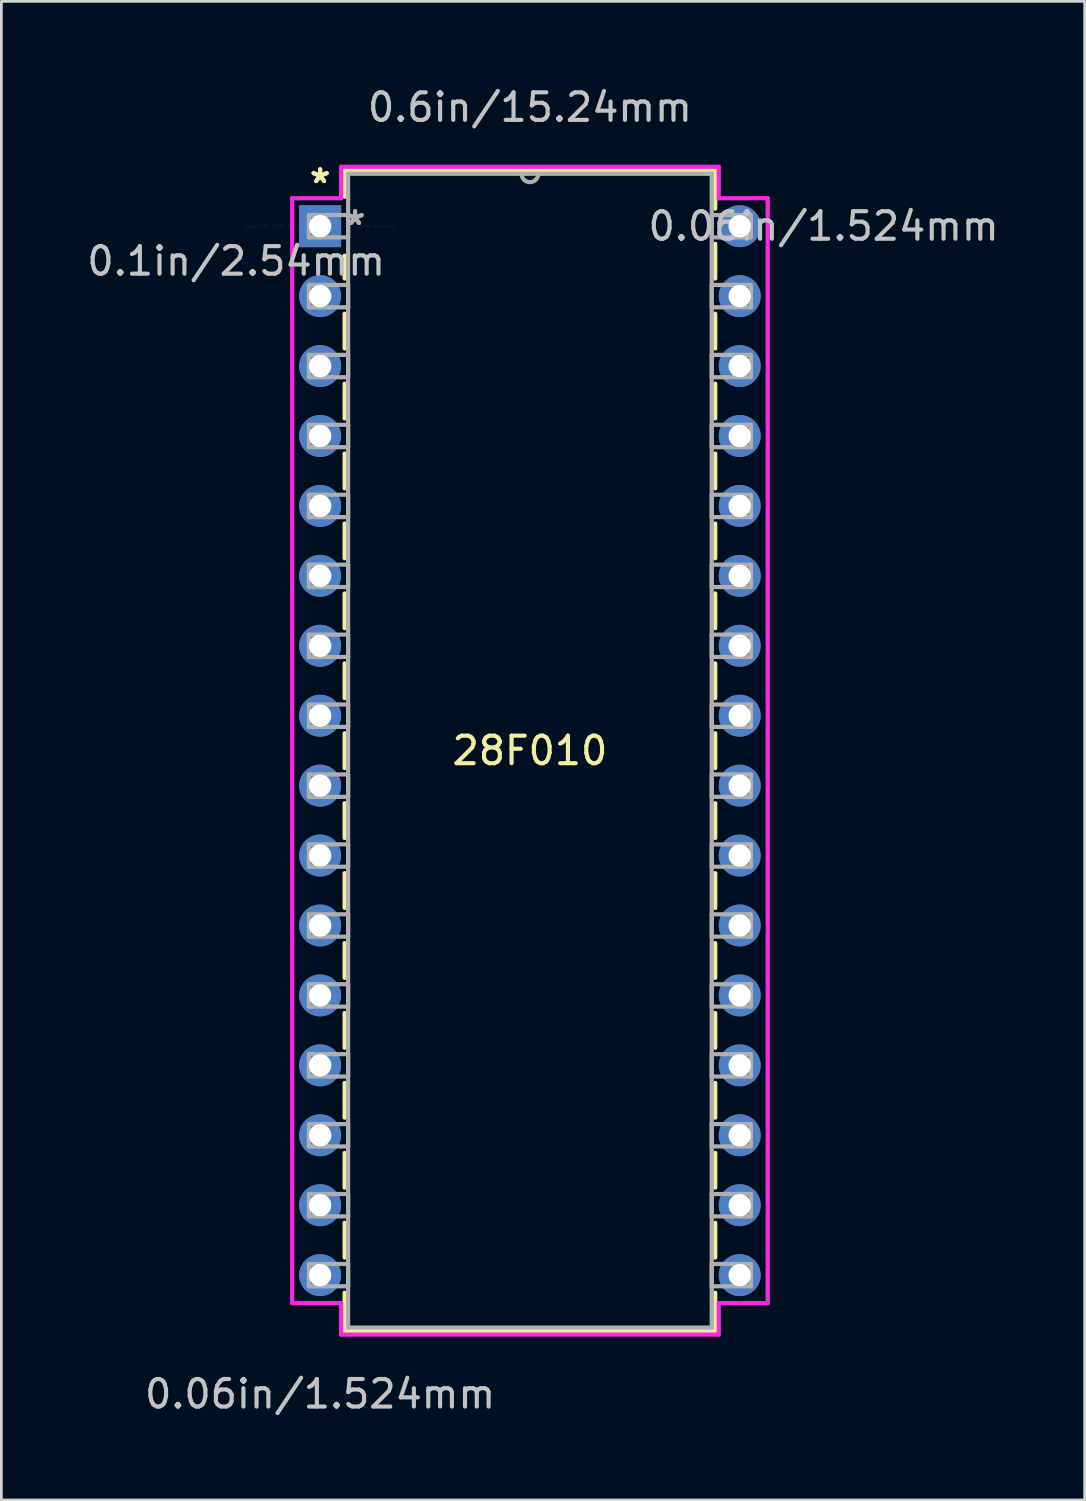
<source format=kicad_pcb>
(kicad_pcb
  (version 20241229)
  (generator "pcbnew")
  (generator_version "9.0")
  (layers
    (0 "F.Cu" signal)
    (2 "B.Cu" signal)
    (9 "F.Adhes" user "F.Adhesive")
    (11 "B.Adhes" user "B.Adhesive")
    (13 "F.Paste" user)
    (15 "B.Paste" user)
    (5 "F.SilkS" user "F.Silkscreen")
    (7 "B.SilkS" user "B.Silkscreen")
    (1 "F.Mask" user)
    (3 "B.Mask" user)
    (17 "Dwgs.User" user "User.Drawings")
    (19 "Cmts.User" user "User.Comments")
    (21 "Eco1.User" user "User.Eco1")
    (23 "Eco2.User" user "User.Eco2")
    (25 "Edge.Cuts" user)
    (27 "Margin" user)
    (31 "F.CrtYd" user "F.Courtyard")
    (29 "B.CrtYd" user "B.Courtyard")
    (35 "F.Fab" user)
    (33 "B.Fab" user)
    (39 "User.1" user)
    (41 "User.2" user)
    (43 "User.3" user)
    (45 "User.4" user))
  (footprint "28F010"
    (layer "F.Cu")
    (at 8.578 5.166)
    (property "Reference" "28F010" (at 7.62 19.05 0) (layer "F.SilkS") (effects (font (size 1 1) (thickness 0.15))))
    (attr through_hole)
    (fp_line (start 0.889 -2.032) (end 0.889 -1.07) (stroke (width 0.152) (type solid)) (layer "F.SilkS"))
    (fp_line (start 0.889 1.07) (end 0.889 1.901) (stroke (width 0.152) (type solid)) (layer "F.SilkS"))
    (fp_line (start 0.889 3.179) (end 0.889 4.441) (stroke (width 0.152) (type solid)) (layer "F.SilkS"))
    (fp_line (start 0.889 5.719) (end 0.889 6.981) (stroke (width 0.152) (type solid)) (layer "F.SilkS"))
    (fp_line (start 0.889 8.259) (end 0.889 9.521) (stroke (width 0.152) (type solid)) (layer "F.SilkS"))
    (fp_line (start 0.889 10.799) (end 0.889 12.061) (stroke (width 0.152) (type solid)) (layer "F.SilkS"))
    (fp_line (start 0.889 13.339) (end 0.889 14.601) (stroke (width 0.152) (type solid)) (layer "F.SilkS"))
    (fp_line (start 0.889 15.879) (end 0.889 17.141) (stroke (width 0.152) (type solid)) (layer "F.SilkS"))
    (fp_line (start 0.889 18.419) (end 0.889 19.681) (stroke (width 0.152) (type solid)) (layer "F.SilkS"))
    (fp_line (start 0.889 20.959) (end 0.889 22.221) (stroke (width 0.152) (type solid)) (layer "F.SilkS"))
    (fp_line (start 0.889 23.499) (end 0.889 24.761) (stroke (width 0.152) (type solid)) (layer "F.SilkS"))
    (fp_line (start 0.889 26.039) (end 0.889 27.301) (stroke (width 0.152) (type solid)) (layer "F.SilkS"))
    (fp_line (start 0.889 28.579) (end 0.889 29.841) (stroke (width 0.152) (type solid)) (layer "F.SilkS"))
    (fp_line (start 0.889 31.119) (end 0.889 32.381) (stroke (width 0.152) (type solid)) (layer "F.SilkS"))
    (fp_line (start 0.889 33.659) (end 0.889 34.921) (stroke (width 0.152) (type solid)) (layer "F.SilkS"))
    (fp_line (start 0.889 36.199) (end 0.889 37.461) (stroke (width 0.152) (type solid)) (layer "F.SilkS"))
    (fp_line (start 0.889 38.739) (end 0.889 40.132) (stroke (width 0.152) (type solid)) (layer "F.SilkS"))
    (fp_line (start 0.889 40.132) (end 14.351 40.132) (stroke (width 0.152) (type solid)) (layer "F.SilkS"))
    (fp_line (start 14.351 -2.032) (end 0.889 -2.032) (stroke (width 0.152) (type solid)) (layer "F.SilkS"))
    (fp_line (start 14.351 -0.639) (end 14.351 -2.032) (stroke (width 0.152) (type solid)) (layer "F.SilkS"))
    (fp_line (start 14.351 1.901) (end 14.351 0.639) (stroke (width 0.152) (type solid)) (layer "F.SilkS"))
    (fp_line (start 14.351 4.441) (end 14.351 3.179) (stroke (width 0.152) (type solid)) (layer "F.SilkS"))
    (fp_line (start 14.351 6.981) (end 14.351 5.719) (stroke (width 0.152) (type solid)) (layer "F.SilkS"))
    (fp_line (start 14.351 9.521) (end 14.351 8.259) (stroke (width 0.152) (type solid)) (layer "F.SilkS"))
    (fp_line (start 14.351 12.061) (end 14.351 10.799) (stroke (width 0.152) (type solid)) (layer "F.SilkS"))
    (fp_line (start 14.351 14.601) (end 14.351 13.339) (stroke (width 0.152) (type solid)) (layer "F.SilkS"))
    (fp_line (start 14.351 17.141) (end 14.351 15.879) (stroke (width 0.152) (type solid)) (layer "F.SilkS"))
    (fp_line (start 14.351 19.681) (end 14.351 18.419) (stroke (width 0.152) (type solid)) (layer "F.SilkS"))
    (fp_line (start 14.351 22.221) (end 14.351 20.959) (stroke (width 0.152) (type solid)) (layer "F.SilkS"))
    (fp_line (start 14.351 24.761) (end 14.351 23.499) (stroke (width 0.152) (type solid)) (layer "F.SilkS"))
    (fp_line (start 14.351 27.301) (end 14.351 26.039) (stroke (width 0.152) (type solid)) (layer "F.SilkS"))
    (fp_line (start 14.351 29.841) (end 14.351 28.579) (stroke (width 0.152) (type solid)) (layer "F.SilkS"))
    (fp_line (start 14.351 32.381) (end 14.351 31.119) (stroke (width 0.152) (type solid)) (layer "F.SilkS"))
    (fp_line (start 14.351 34.921) (end 14.351 33.659) (stroke (width 0.152) (type solid)) (layer "F.SilkS"))
    (fp_line (start 14.351 37.461) (end 14.351 36.199) (stroke (width 0.152) (type solid)) (layer "F.SilkS"))
    (fp_line (start 14.351 40.132) (end 14.351 38.739) (stroke (width 0.152) (type solid)) (layer "F.SilkS"))
    (fp_line (start -1.016 -1.016) (end -1.016 39.116) (stroke (width 0.152) (type solid)) (layer "F.CrtYd"))
    (fp_line (start -1.016 39.116) (end 0.762 39.116) (stroke (width 0.152) (type solid)) (layer "F.CrtYd"))
    (fp_line (start 0.762 -2.159) (end 0.762 -1.016) (stroke (width 0.152) (type solid)) (layer "F.CrtYd"))
    (fp_line (start 0.762 -1.016) (end -1.016 -1.016) (stroke (width 0.152) (type solid)) (layer "F.CrtYd"))
    (fp_line (start 0.762 39.116) (end 0.762 40.259) (stroke (width 0.152) (type solid)) (layer "F.CrtYd"))
    (fp_line (start 0.762 40.259) (end 14.478 40.259) (stroke (width 0.152) (type solid)) (layer "F.CrtYd"))
    (fp_line (start 14.478 -2.159) (end 0.762 -2.159) (stroke (width 0.152) (type solid)) (layer "F.CrtYd"))
    (fp_line (start 14.478 -1.016) (end 14.478 -2.159) (stroke (width 0.152) (type solid)) (layer "F.CrtYd"))
    (fp_line (start 14.478 39.116) (end 16.256 39.116) (stroke (width 0.152) (type solid)) (layer "F.CrtYd"))
    (fp_line (start 14.478 40.259) (end 14.478 39.116) (stroke (width 0.152) (type solid)) (layer "F.CrtYd"))
    (fp_line (start 16.256 -1.016) (end 14.478 -1.016) (stroke (width 0.152) (type solid)) (layer "F.CrtYd"))
    (fp_line (start 16.256 39.116) (end 16.256 -1.016) (stroke (width 0.152) (type solid)) (layer "F.CrtYd"))
    (fp_line (start -0.406 -0.406) (end -0.406 0.406) (stroke (width 0.152) (type solid)) (layer "F.Fab"))
    (fp_line (start -0.406 0.406) (end 1.016 0.406) (stroke (width 0.152) (type solid)) (layer "F.Fab"))
    (fp_line (start -0.406 2.134) (end -0.406 2.946) (stroke (width 0.152) (type solid)) (layer "F.Fab"))
    (fp_line (start -0.406 2.946) (end 1.016 2.946) (stroke (width 0.152) (type solid)) (layer "F.Fab"))
    (fp_line (start -0.406 4.674) (end -0.406 5.486) (stroke (width 0.152) (type solid)) (layer "F.Fab"))
    (fp_line (start -0.406 5.486) (end 1.016 5.486) (stroke (width 0.152) (type solid)) (layer "F.Fab"))
    (fp_line (start -0.406 7.214) (end -0.406 8.026) (stroke (width 0.152) (type solid)) (layer "F.Fab"))
    (fp_line (start -0.406 8.026) (end 1.016 8.026) (stroke (width 0.152) (type solid)) (layer "F.Fab"))
    (fp_line (start -0.406 9.754) (end -0.406 10.566) (stroke (width 0.152) (type solid)) (layer "F.Fab"))
    (fp_line (start -0.406 10.566) (end 1.016 10.566) (stroke (width 0.152) (type solid)) (layer "F.Fab"))
    (fp_line (start -0.406 12.294) (end -0.406 13.106) (stroke (width 0.152) (type solid)) (layer "F.Fab"))
    (fp_line (start -0.406 13.106) (end 1.016 13.106) (stroke (width 0.152) (type solid)) (layer "F.Fab"))
    (fp_line (start -0.406 14.834) (end -0.406 15.646) (stroke (width 0.152) (type solid)) (layer "F.Fab"))
    (fp_line (start -0.406 15.646) (end 1.016 15.646) (stroke (width 0.152) (type solid)) (layer "F.Fab"))
    (fp_line (start -0.406 17.374) (end -0.406 18.186) (stroke (width 0.152) (type solid)) (layer "F.Fab"))
    (fp_line (start -0.406 18.186) (end 1.016 18.186) (stroke (width 0.152) (type solid)) (layer "F.Fab"))
    (fp_line (start -0.406 19.914) (end -0.406 20.726) (stroke (width 0.152) (type solid)) (layer "F.Fab"))
    (fp_line (start -0.406 20.726) (end 1.016 20.726) (stroke (width 0.152) (type solid)) (layer "F.Fab"))
    (fp_line (start -0.406 22.454) (end -0.406 23.266) (stroke (width 0.152) (type solid)) (layer "F.Fab"))
    (fp_line (start -0.406 23.266) (end 1.016 23.266) (stroke (width 0.152) (type solid)) (layer "F.Fab"))
    (fp_line (start -0.406 24.994) (end -0.406 25.806) (stroke (width 0.152) (type solid)) (layer "F.Fab"))
    (fp_line (start -0.406 25.806) (end 1.016 25.806) (stroke (width 0.152) (type solid)) (layer "F.Fab"))
    (fp_line (start -0.406 27.534) (end -0.406 28.346) (stroke (width 0.152) (type solid)) (layer "F.Fab"))
    (fp_line (start -0.406 28.346) (end 1.016 28.346) (stroke (width 0.152) (type solid)) (layer "F.Fab"))
    (fp_line (start -0.406 30.074) (end -0.406 30.886) (stroke (width 0.152) (type solid)) (layer "F.Fab"))
    (fp_line (start -0.406 30.886) (end 1.016 30.886) (stroke (width 0.152) (type solid)) (layer "F.Fab"))
    (fp_line (start -0.406 32.614) (end -0.406 33.426) (stroke (width 0.152) (type solid)) (layer "F.Fab"))
    (fp_line (start -0.406 33.426) (end 1.016 33.426) (stroke (width 0.152) (type solid)) (layer "F.Fab"))
    (fp_line (start -0.406 35.154) (end -0.406 35.966) (stroke (width 0.152) (type solid)) (layer "F.Fab"))
    (fp_line (start -0.406 35.966) (end 1.016 35.966) (stroke (width 0.152) (type solid)) (layer "F.Fab"))
    (fp_line (start -0.406 37.694) (end -0.406 38.506) (stroke (width 0.152) (type solid)) (layer "F.Fab"))
    (fp_line (start -0.406 38.506) (end 1.016 38.506) (stroke (width 0.152) (type solid)) (layer "F.Fab"))
    (fp_line (start 1.016 -1.905) (end 1.016 40.005) (stroke (width 0.152) (type solid)) (layer "F.Fab"))
    (fp_line (start 1.016 -0.406) (end -0.406 -0.406) (stroke (width 0.152) (type solid)) (layer "F.Fab"))
    (fp_line (start 1.016 0.406) (end 1.016 -0.406) (stroke (width 0.152) (type solid)) (layer "F.Fab"))
    (fp_line (start 1.016 2.134) (end -0.406 2.134) (stroke (width 0.152) (type solid)) (layer "F.Fab"))
    (fp_line (start 1.016 2.946) (end 1.016 2.134) (stroke (width 0.152) (type solid)) (layer "F.Fab"))
    (fp_line (start 1.016 4.674) (end -0.406 4.674) (stroke (width 0.152) (type solid)) (layer "F.Fab"))
    (fp_line (start 1.016 5.486) (end 1.016 4.674) (stroke (width 0.152) (type solid)) (layer "F.Fab"))
    (fp_line (start 1.016 7.214) (end -0.406 7.214) (stroke (width 0.152) (type solid)) (layer "F.Fab"))
    (fp_line (start 1.016 8.026) (end 1.016 7.214) (stroke (width 0.152) (type solid)) (layer "F.Fab"))
    (fp_line (start 1.016 9.754) (end -0.406 9.754) (stroke (width 0.152) (type solid)) (layer "F.Fab"))
    (fp_line (start 1.016 10.566) (end 1.016 9.754) (stroke (width 0.152) (type solid)) (layer "F.Fab"))
    (fp_line (start 1.016 12.294) (end -0.406 12.294) (stroke (width 0.152) (type solid)) (layer "F.Fab"))
    (fp_line (start 1.016 13.106) (end 1.016 12.294) (stroke (width 0.152) (type solid)) (layer "F.Fab"))
    (fp_line (start 1.016 14.834) (end -0.406 14.834) (stroke (width 0.152) (type solid)) (layer "F.Fab"))
    (fp_line (start 1.016 15.646) (end 1.016 14.834) (stroke (width 0.152) (type solid)) (layer "F.Fab"))
    (fp_line (start 1.016 17.374) (end -0.406 17.374) (stroke (width 0.152) (type solid)) (layer "F.Fab"))
    (fp_line (start 1.016 18.186) (end 1.016 17.374) (stroke (width 0.152) (type solid)) (layer "F.Fab"))
    (fp_line (start 1.016 19.914) (end -0.406 19.914) (stroke (width 0.152) (type solid)) (layer "F.Fab"))
    (fp_line (start 1.016 20.726) (end 1.016 19.914) (stroke (width 0.152) (type solid)) (layer "F.Fab"))
    (fp_line (start 1.016 22.454) (end -0.406 22.454) (stroke (width 0.152) (type solid)) (layer "F.Fab"))
    (fp_line (start 1.016 23.266) (end 1.016 22.454) (stroke (width 0.152) (type solid)) (layer "F.Fab"))
    (fp_line (start 1.016 24.994) (end -0.406 24.994) (stroke (width 0.152) (type solid)) (layer "F.Fab"))
    (fp_line (start 1.016 25.806) (end 1.016 24.994) (stroke (width 0.152) (type solid)) (layer "F.Fab"))
    (fp_line (start 1.016 27.534) (end -0.406 27.534) (stroke (width 0.152) (type solid)) (layer "F.Fab"))
    (fp_line (start 1.016 28.346) (end 1.016 27.534) (stroke (width 0.152) (type solid)) (layer "F.Fab"))
    (fp_line (start 1.016 30.074) (end -0.406 30.074) (stroke (width 0.152) (type solid)) (layer "F.Fab"))
    (fp_line (start 1.016 30.886) (end 1.016 30.074) (stroke (width 0.152) (type solid)) (layer "F.Fab"))
    (fp_line (start 1.016 32.614) (end -0.406 32.614) (stroke (width 0.152) (type solid)) (layer "F.Fab"))
    (fp_line (start 1.016 33.426) (end 1.016 32.614) (stroke (width 0.152) (type solid)) (layer "F.Fab"))
    (fp_line (start 1.016 35.154) (end -0.406 35.154) (stroke (width 0.152) (type solid)) (layer "F.Fab"))
    (fp_line (start 1.016 35.966) (end 1.016 35.154) (stroke (width 0.152) (type solid)) (layer "F.Fab"))
    (fp_line (start 1.016 37.694) (end -0.406 37.694) (stroke (width 0.152) (type solid)) (layer "F.Fab"))
    (fp_line (start 1.016 38.506) (end 1.016 37.694) (stroke (width 0.152) (type solid)) (layer "F.Fab"))
    (fp_line (start 1.016 40.005) (end 14.224 40.005) (stroke (width 0.152) (type solid)) (layer "F.Fab"))
    (fp_line (start 14.224 -1.905) (end 1.016 -1.905) (stroke (width 0.152) (type solid)) (layer "F.Fab"))
    (fp_line (start 14.224 -0.406) (end 14.224 0.406) (stroke (width 0.152) (type solid)) (layer "F.Fab"))
    (fp_line (start 14.224 0.406) (end 15.646 0.406) (stroke (width 0.152) (type solid)) (layer "F.Fab"))
    (fp_line (start 14.224 2.134) (end 14.224 2.946) (stroke (width 0.152) (type solid)) (layer "F.Fab"))
    (fp_line (start 14.224 2.946) (end 15.646 2.946) (stroke (width 0.152) (type solid)) (layer "F.Fab"))
    (fp_line (start 14.224 4.674) (end 14.224 5.486) (stroke (width 0.152) (type solid)) (layer "F.Fab"))
    (fp_line (start 14.224 5.486) (end 15.646 5.486) (stroke (width 0.152) (type solid)) (layer "F.Fab"))
    (fp_line (start 14.224 7.214) (end 14.224 8.026) (stroke (width 0.152) (type solid)) (layer "F.Fab"))
    (fp_line (start 14.224 8.026) (end 15.646 8.026) (stroke (width 0.152) (type solid)) (layer "F.Fab"))
    (fp_line (start 14.224 9.754) (end 14.224 10.566) (stroke (width 0.152) (type solid)) (layer "F.Fab"))
    (fp_line (start 14.224 10.566) (end 15.646 10.566) (stroke (width 0.152) (type solid)) (layer "F.Fab"))
    (fp_line (start 14.224 12.294) (end 14.224 13.106) (stroke (width 0.152) (type solid)) (layer "F.Fab"))
    (fp_line (start 14.224 13.106) (end 15.646 13.106) (stroke (width 0.152) (type solid)) (layer "F.Fab"))
    (fp_line (start 14.224 14.834) (end 14.224 15.646) (stroke (width 0.152) (type solid)) (layer "F.Fab"))
    (fp_line (start 14.224 15.646) (end 15.646 15.646) (stroke (width 0.152) (type solid)) (layer "F.Fab"))
    (fp_line (start 14.224 17.374) (end 14.224 18.186) (stroke (width 0.152) (type solid)) (layer "F.Fab"))
    (fp_line (start 14.224 18.186) (end 15.646 18.186) (stroke (width 0.152) (type solid)) (layer "F.Fab"))
    (fp_line (start 14.224 19.914) (end 14.224 20.726) (stroke (width 0.152) (type solid)) (layer "F.Fab"))
    (fp_line (start 14.224 20.726) (end 15.646 20.726) (stroke (width 0.152) (type solid)) (layer "F.Fab"))
    (fp_line (start 14.224 22.454) (end 14.224 23.266) (stroke (width 0.152) (type solid)) (layer "F.Fab"))
    (fp_line (start 14.224 23.266) (end 15.646 23.266) (stroke (width 0.152) (type solid)) (layer "F.Fab"))
    (fp_line (start 14.224 24.994) (end 14.224 25.806) (stroke (width 0.152) (type solid)) (layer "F.Fab"))
    (fp_line (start 14.224 25.806) (end 15.646 25.806) (stroke (width 0.152) (type solid)) (layer "F.Fab"))
    (fp_line (start 14.224 27.534) (end 14.224 28.346) (stroke (width 0.152) (type solid)) (layer "F.Fab"))
    (fp_line (start 14.224 28.346) (end 15.646 28.346) (stroke (width 0.152) (type solid)) (layer "F.Fab"))
    (fp_line (start 14.224 30.074) (end 14.224 30.886) (stroke (width 0.152) (type solid)) (layer "F.Fab"))
    (fp_line (start 14.224 30.886) (end 15.646 30.886) (stroke (width 0.152) (type solid)) (layer "F.Fab"))
    (fp_line (start 14.224 32.614) (end 14.224 33.426) (stroke (width 0.152) (type solid)) (layer "F.Fab"))
    (fp_line (start 14.224 33.426) (end 15.646 33.426) (stroke (width 0.152) (type solid)) (layer "F.Fab"))
    (fp_line (start 14.224 35.154) (end 14.224 35.966) (stroke (width 0.152) (type solid)) (layer "F.Fab"))
    (fp_line (start 14.224 35.966) (end 15.646 35.966) (stroke (width 0.152) (type solid)) (layer "F.Fab"))
    (fp_line (start 14.224 37.694) (end 14.224 38.506) (stroke (width 0.152) (type solid)) (layer "F.Fab"))
    (fp_line (start 14.224 38.506) (end 15.646 38.506) (stroke (width 0.152) (type solid)) (layer "F.Fab"))
    (fp_line (start 14.224 40.005) (end 14.224 -1.905) (stroke (width 0.152) (type solid)) (layer "F.Fab"))
    (fp_line (start 15.646 -0.406) (end 14.224 -0.406) (stroke (width 0.152) (type solid)) (layer "F.Fab"))
    (fp_line (start 15.646 0.406) (end 15.646 -0.406) (stroke (width 0.152) (type solid)) (layer "F.Fab"))
    (fp_line (start 15.646 2.134) (end 14.224 2.134) (stroke (width 0.152) (type solid)) (layer "F.Fab"))
    (fp_line (start 15.646 2.946) (end 15.646 2.134) (stroke (width 0.152) (type solid)) (layer "F.Fab"))
    (fp_line (start 15.646 4.674) (end 14.224 4.674) (stroke (width 0.152) (type solid)) (layer "F.Fab"))
    (fp_line (start 15.646 5.486) (end 15.646 4.674) (stroke (width 0.152) (type solid)) (layer "F.Fab"))
    (fp_line (start 15.646 7.214) (end 14.224 7.214) (stroke (width 0.152) (type solid)) (layer "F.Fab"))
    (fp_line (start 15.646 8.026) (end 15.646 7.214) (stroke (width 0.152) (type solid)) (layer "F.Fab"))
    (fp_line (start 15.646 9.754) (end 14.224 9.754) (stroke (width 0.152) (type solid)) (layer "F.Fab"))
    (fp_line (start 15.646 10.566) (end 15.646 9.754) (stroke (width 0.152) (type solid)) (layer "F.Fab"))
    (fp_line (start 15.646 12.294) (end 14.224 12.294) (stroke (width 0.152) (type solid)) (layer "F.Fab"))
    (fp_line (start 15.646 13.106) (end 15.646 12.294) (stroke (width 0.152) (type solid)) (layer "F.Fab"))
    (fp_line (start 15.646 14.834) (end 14.224 14.834) (stroke (width 0.152) (type solid)) (layer "F.Fab"))
    (fp_line (start 15.646 15.646) (end 15.646 14.834) (stroke (width 0.152) (type solid)) (layer "F.Fab"))
    (fp_line (start 15.646 17.374) (end 14.224 17.374) (stroke (width 0.152) (type solid)) (layer "F.Fab"))
    (fp_line (start 15.646 18.186) (end 15.646 17.374) (stroke (width 0.152) (type solid)) (layer "F.Fab"))
    (fp_line (start 15.646 19.914) (end 14.224 19.914) (stroke (width 0.152) (type solid)) (layer "F.Fab"))
    (fp_line (start 15.646 20.726) (end 15.646 19.914) (stroke (width 0.152) (type solid)) (layer "F.Fab"))
    (fp_line (start 15.646 22.454) (end 14.224 22.454) (stroke (width 0.152) (type solid)) (layer "F.Fab"))
    (fp_line (start 15.646 23.266) (end 15.646 22.454) (stroke (width 0.152) (type solid)) (layer "F.Fab"))
    (fp_line (start 15.646 24.994) (end 14.224 24.994) (stroke (width 0.152) (type solid)) (layer "F.Fab"))
    (fp_line (start 15.646 25.806) (end 15.646 24.994) (stroke (width 0.152) (type solid)) (layer "F.Fab"))
    (fp_line (start 15.646 27.534) (end 14.224 27.534) (stroke (width 0.152) (type solid)) (layer "F.Fab"))
    (fp_line (start 15.646 28.346) (end 15.646 27.534) (stroke (width 0.152) (type solid)) (layer "F.Fab"))
    (fp_line (start 15.646 30.074) (end 14.224 30.074) (stroke (width 0.152) (type solid)) (layer "F.Fab"))
    (fp_line (start 15.646 30.886) (end 15.646 30.074) (stroke (width 0.152) (type solid)) (layer "F.Fab"))
    (fp_line (start 15.646 32.614) (end 14.224 32.614) (stroke (width 0.152) (type solid)) (layer "F.Fab"))
    (fp_line (start 15.646 33.426) (end 15.646 32.614) (stroke (width 0.152) (type solid)) (layer "F.Fab"))
    (fp_line (start 15.646 35.154) (end 14.224 35.154) (stroke (width 0.152) (type solid)) (layer "F.Fab"))
    (fp_line (start 15.646 35.966) (end 15.646 35.154) (stroke (width 0.152) (type solid)) (layer "F.Fab"))
    (fp_line (start 15.646 37.694) (end 14.224 37.694) (stroke (width 0.152) (type solid)) (layer "F.Fab"))
    (fp_line (start 15.646 38.506) (end 15.646 37.694) (stroke (width 0.152) (type solid)) (layer "F.Fab"))
    (fp_arc (start 7.9248 -1.905) (mid 7.62 -1.6002) (end 7.3152 -1.905) (stroke (width 0.1524) (type solid)) (layer "F.Fab"))
    (fp_text user "*" (at 0 -1.524 0) (layer "F.SilkS") (effects (font (size 1 1) (thickness 0.15))))
    (fp_text user "*" (at 0 -1.524 0) (layer "F.SilkS") (effects (font (size 1 1) (thickness 0.15))))
    (fp_text user "0.6in/15.24mm" (at 7.62 -4.318 0) (layer "Dwgs.User") (effects (font (size 1 1) (thickness 0.15))))
    (fp_text user "0.1in/2.54mm" (at -3.048 1.27 0) (layer "Dwgs.User") (effects (font (size 1 1) (thickness 0.15))))
    (fp_text user "0.06in/1.524mm" (at 0 42.418 0) (layer "Dwgs.User") (effects (font (size 1 1) (thickness 0.15))))
    (fp_text user "0.06in/1.524mm" (at 18.288 0 0) (layer "Dwgs.User") (effects (font (size 1 1) (thickness 0.15))))
    (fp_text user "Copyright 2016 Accelerated Designs. All rights reserved." (at 0 0 0) (layer "Cmts.User") (effects (font (size 0.127 0.127) (thickness 0.002))))
    (fp_text user "*" (at 1.27 0 0) (layer "F.Fab") (effects (font (size 1 1) (thickness 0.15))))
    (fp_text user "*" (at 1.27 0 0) (layer "F.Fab") (effects (font (size 1 1) (thickness 0.15))))
    (pad "1" thru_hole rect (at 0 0) (size 1.524 1.524) (drill 0.813) (layers "*.Cu" "*.Mask"))
    (pad "2" thru_hole circle (at 0 2.54) (size 1.524 1.524) (drill 0.813) (layers "*.Cu" "*.Mask"))
    (pad "3" thru_hole circle (at 0 5.08) (size 1.524 1.524) (drill 0.813) (layers "*.Cu" "*.Mask"))
    (pad "4" thru_hole circle (at 0 7.62) (size 1.524 1.524) (drill 0.813) (layers "*.Cu" "*.Mask"))
    (pad "5" thru_hole circle (at 0 10.16) (size 1.524 1.524) (drill 0.813) (layers "*.Cu" "*.Mask"))
    (pad "6" thru_hole circle (at 0 12.7) (size 1.524 1.524) (drill 0.813) (layers "*.Cu" "*.Mask"))
    (pad "7" thru_hole circle (at 0 15.24) (size 1.524 1.524) (drill 0.813) (layers "*.Cu" "*.Mask"))
    (pad "8" thru_hole circle (at 0 17.78) (size 1.524 1.524) (drill 0.813) (layers "*.Cu" "*.Mask"))
    (pad "9" thru_hole circle (at 0 20.32) (size 1.524 1.524) (drill 0.813) (layers "*.Cu" "*.Mask"))
    (pad "10" thru_hole circle (at 0 22.86) (size 1.524 1.524) (drill 0.813) (layers "*.Cu" "*.Mask"))
    (pad "11" thru_hole circle (at 0 25.4) (size 1.524 1.524) (drill 0.813) (layers "*.Cu" "*.Mask"))
    (pad "12" thru_hole circle (at 0 27.94) (size 1.524 1.524) (drill 0.813) (layers "*.Cu" "*.Mask"))
    (pad "13" thru_hole circle (at 0 30.48) (size 1.524 1.524) (drill 0.813) (layers "*.Cu" "*.Mask"))
    (pad "14" thru_hole circle (at 0 33.02) (size 1.524 1.524) (drill 0.813) (layers "*.Cu" "*.Mask"))
    (pad "15" thru_hole circle (at 0 35.56) (size 1.524 1.524) (drill 0.813) (layers "*.Cu" "*.Mask"))
    (pad "16" thru_hole circle (at 0 38.1) (size 1.524 1.524) (drill 0.813) (layers "*.Cu" "*.Mask"))
    (pad "17" thru_hole circle (at 15.24 38.1) (size 1.524 1.524) (drill 0.813) (layers "*.Cu" "*.Mask"))
    (pad "18" thru_hole circle (at 15.24 35.56) (size 1.524 1.524) (drill 0.813) (layers "*.Cu" "*.Mask"))
    (pad "19" thru_hole circle (at 15.24 33.02) (size 1.524 1.524) (drill 0.813) (layers "*.Cu" "*.Mask"))
    (pad "20" thru_hole circle (at 15.24 30.48) (size 1.524 1.524) (drill 0.813) (layers "*.Cu" "*.Mask"))
    (pad "21" thru_hole circle (at 15.24 27.94) (size 1.524 1.524) (drill 0.813) (layers "*.Cu" "*.Mask"))
    (pad "22" thru_hole circle (at 15.24 25.4) (size 1.524 1.524) (drill 0.813) (layers "*.Cu" "*.Mask"))
    (pad "23" thru_hole circle (at 15.24 22.86) (size 1.524 1.524) (drill 0.813) (layers "*.Cu" "*.Mask"))
    (pad "24" thru_hole circle (at 15.24 20.32) (size 1.524 1.524) (drill 0.813) (layers "*.Cu" "*.Mask"))
    (pad "25" thru_hole circle (at 15.24 17.78) (size 1.524 1.524) (drill 0.813) (layers "*.Cu" "*.Mask"))
    (pad "26" thru_hole circle (at 15.24 15.24) (size 1.524 1.524) (drill 0.813) (layers "*.Cu" "*.Mask"))
    (pad "27" thru_hole circle (at 15.24 12.7) (size 1.524 1.524) (drill 0.813) (layers "*.Cu" "*.Mask"))
    (pad "28" thru_hole circle (at 15.24 10.16) (size 1.524 1.524) (drill 0.813) (layers "*.Cu" "*.Mask"))
    (pad "29" thru_hole circle (at 15.24 7.62) (size 1.524 1.524) (drill 0.813) (layers "*.Cu" "*.Mask"))
    (pad "30" thru_hole circle (at 15.24 5.08) (size 1.524 1.524) (drill 0.813) (layers "*.Cu" "*.Mask"))
    (pad "31" thru_hole circle (at 15.24 2.54) (size 1.524 1.524) (drill 0.813) (layers "*.Cu" "*.Mask"))
    (pad "32" thru_hole circle (at 15.24 0) (size 1.524 1.524) (drill 0.813) (layers "*.Cu" "*.Mask")))
  (gr_rect
    (start -3 -3)
    (end 36.348 51.432)
    (stroke (width 0.1) (type default))
    (fill no)
    (layer "Edge.Cuts")))
</source>
